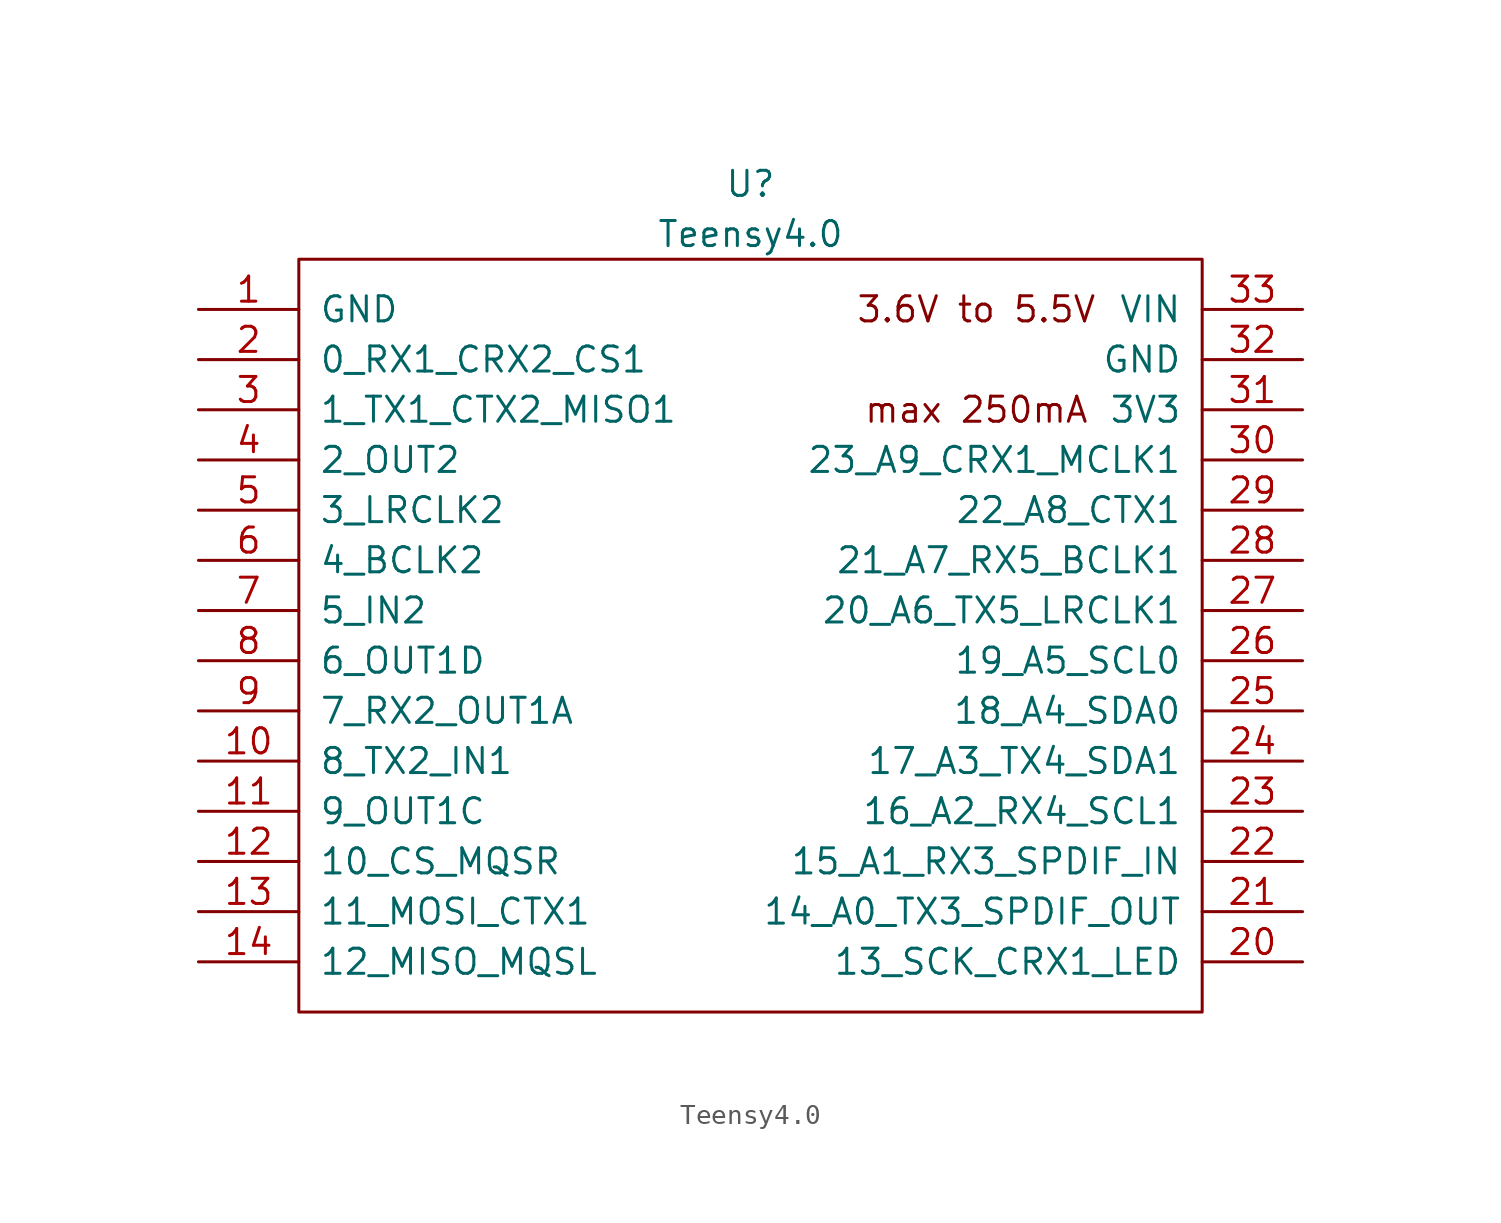
<source format=kicad_sym>
(kicad_symbol_lib
  (version 20241209)
  (generator "kicad_symbol_editor")
  (generator_version "9.0")
  (symbol "Teensy4.0"
    (pin_names
      (offset 1.016))
    (property "Reference" "U"
      (at 0 24.13 0)
      (effects (font (size 1.27 1.27))))
    (property "Value" "Teensy4.0"
      (at 0 21.59 0)
      (effects (font (size 1.27 1.27))))
    (symbol "Teensy4.0_0_0"
      (text "3.6V to 5.5V" (at 11.43 17.78 0) (effects (font (size 1.27 1.27))))
      (text "max 250mA" (at 11.43 12.7 0) (effects (font (size 1.27 1.27))))
      (pin bidirectional line (at -27.94 7.62 0) (length 5.08) (name "3_LRCLK2" (effects (font (size 1.27 1.27)))) (number "5" (effects (font (size 1.27 1.27)))))
      (pin bidirectional line (at -27.94 5.08 0) (length 5.08) (name "4_BCLK2" (effects (font (size 1.27 1.27)))) (number "6" (effects (font (size 1.27 1.27)))))
      (pin bidirectional line (at -27.94 2.54 0) (length 5.08) (name "5_IN2" (effects (font (size 1.27 1.27)))) (number "7" (effects (font (size 1.27 1.27)))))
      (pin bidirectional line (at -27.94 0 0) (length 5.08) (name "6_OUT1D" (effects (font (size 1.27 1.27)))) (number "8" (effects (font (size 1.27 1.27)))))
      (pin bidirectional line (at -27.94 -2.54 0) (length 5.08) (name "7_RX2_OUT1A" (effects (font (size 1.27 1.27)))) (number "9" (effects (font (size 1.27 1.27)))))
      (pin bidirectional line (at -27.94 -5.08 0) (length 5.08) (name "8_TX2_IN1" (effects (font (size 1.27 1.27)))) (number "10" (effects (font (size 1.27 1.27)))))
      (pin bidirectional line (at -27.94 -7.62 0) (length 5.08) (name "9_OUT1C" (effects (font (size 1.27 1.27)))) (number "11" (effects (font (size 1.27 1.27)))))
      (pin bidirectional line (at -27.94 -10.16 0) (length 5.08) (name "10_CS_MQSR" (effects (font (size 1.27 1.27)))) (number "12" (effects (font (size 1.27 1.27)))))
      (pin bidirectional line (at -27.94 -12.7 0) (length 5.08) (name "11_MOSI_CTX1" (effects (font (size 1.27 1.27)))) (number "13" (effects (font (size 1.27 1.27)))))
      (pin bidirectional line (at -27.94 -15.24 0) (length 5.08) (name "12_MISO_MQSL" (effects (font (size 1.27 1.27)))) (number "14" (effects (font (size 1.27 1.27)))))
      (pin power_in line (at 27.94 17.78 180) (length 5.08) (name "VIN" (effects (font (size 1.27 1.27)))) (number "33" (effects (font (size 1.27 1.27)))))
      (pin power_in line (at 27.94 15.24 180) (length 5.08) (name "GND" (effects (font (size 1.27 1.27)))) (number "32" (effects (font (size 1.27 1.27)))))
      (pin power_out line (at 27.94 12.7 180) (length 5.08) (name "3V3" (effects (font (size 1.27 1.27)))) (number "31" (effects (font (size 1.27 1.27)))))
      (pin bidirectional line (at 27.94 10.16 180) (length 5.08) (name "23_A9_CRX1_MCLK1" (effects (font (size 1.27 1.27)))) (number "30" (effects (font (size 1.27 1.27)))))
      (pin bidirectional line (at 27.94 7.62 180) (length 5.08) (name "22_A8_CTX1" (effects (font (size 1.27 1.27)))) (number "29" (effects (font (size 1.27 1.27)))))
      (pin bidirectional line (at 27.94 5.08 180) (length 5.08) (name "21_A7_RX5_BCLK1" (effects (font (size 1.27 1.27)))) (number "28" (effects (font (size 1.27 1.27)))))
      (pin bidirectional line (at 27.94 2.54 180) (length 5.08) (name "20_A6_TX5_LRCLK1" (effects (font (size 1.27 1.27)))) (number "27" (effects (font (size 1.27 1.27)))))
      (pin bidirectional line (at 27.94 0 180) (length 5.08) (name "19_A5_SCL0" (effects (font (size 1.27 1.27)))) (number "26" (effects (font (size 1.27 1.27)))))
      (pin bidirectional line (at 27.94 -2.54 180) (length 5.08) (name "18_A4_SDA0" (effects (font (size 1.27 1.27)))) (number "25" (effects (font (size 1.27 1.27)))))
      (pin bidirectional line (at 27.94 -5.08 180) (length 5.08) (name "17_A3_TX4_SDA1" (effects (font (size 1.27 1.27)))) (number "24" (effects (font (size 1.27 1.27)))))
      (pin bidirectional line (at 27.94 -7.62 180) (length 5.08) (name "16_A2_RX4_SCL1" (effects (font (size 1.27 1.27)))) (number "23" (effects (font (size 1.27 1.27)))))
      (pin bidirectional line (at 27.94 -10.16 180) (length 5.08) (name "15_A1_RX3_SPDIF_IN" (effects (font (size 1.27 1.27)))) (number "22" (effects (font (size 1.27 1.27)))))
      (pin bidirectional line (at 27.94 -12.7 180) (length 5.08) (name "14_A0_TX3_SPDIF_OUT" (effects (font (size 1.27 1.27)))) (number "21" (effects (font (size 1.27 1.27)))))
      (pin bidirectional line (at 27.94 -15.24 180) (length 5.08) (name "13_SCK_CRX1_LED" (effects (font (size 1.27 1.27)))) (number "20" (effects (font (size 1.27 1.27))))))
    (symbol "Teensy4.0_0_1"
      (rectangle (start -22.86 20.32) (end 22.86 -17.78) (stroke (width 0) (type solid)) (fill (type none))))
    (symbol "Teensy4.0_1_1"
      (pin power_in line (at -27.94 17.78 0) (length 5.08) (name "GND" (effects (font (size 1.27 1.27)))) (number "1" (effects (font (size 1.27 1.27)))))
      (pin bidirectional line (at -27.94 15.24 0) (length 5.08) (name "0_RX1_CRX2_CS1" (effects (font (size 1.27 1.27)))) (number "2" (effects (font (size 1.27 1.27)))))
      (pin bidirectional line (at -27.94 12.7 0) (length 5.08) (name "1_TX1_CTX2_MISO1" (effects (font (size 1.27 1.27)))) (number "3" (effects (font (size 1.27 1.27)))))
      (pin bidirectional line (at -27.94 10.16 0) (length 5.08) (name "2_OUT2" (effects (font (size 1.27 1.27)))) (number "4" (effects (font (size 1.27 1.27))))))))
</source>
